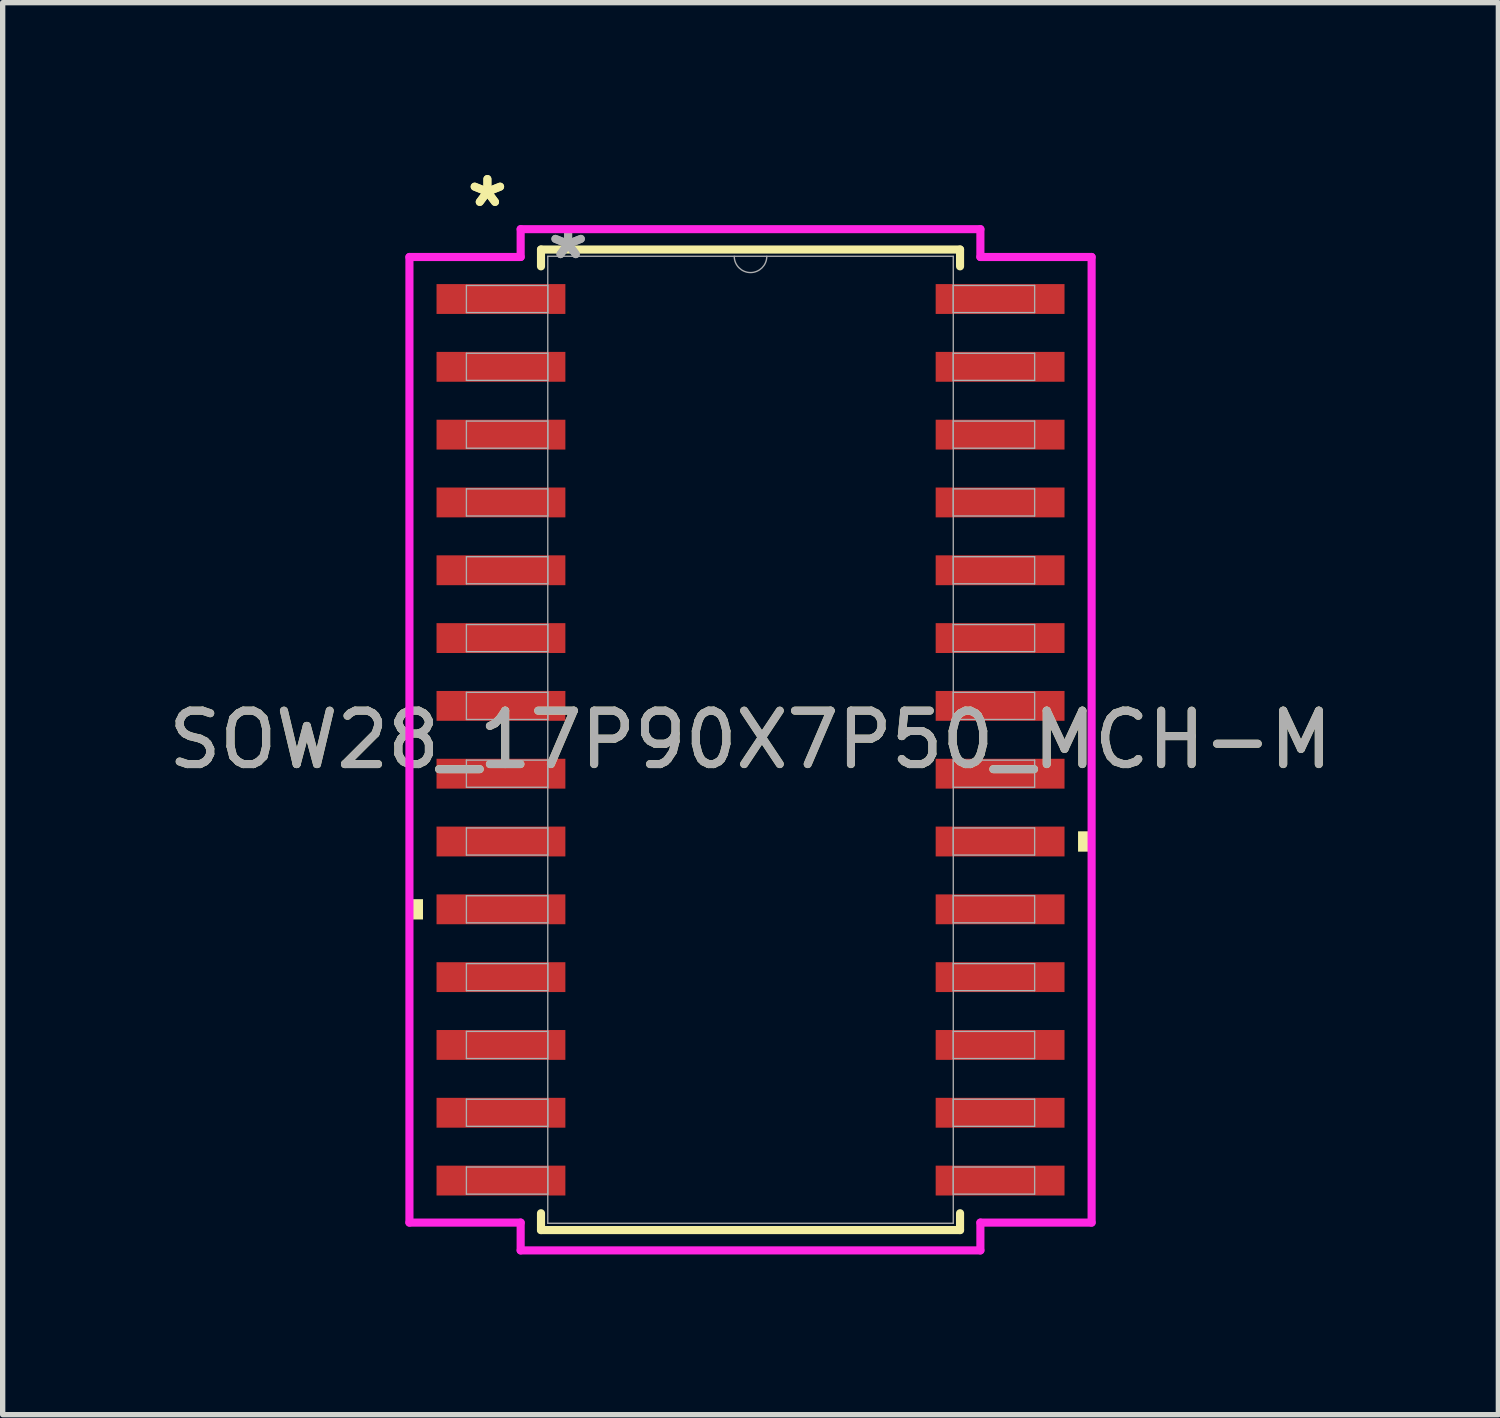
<source format=kicad_pcb>
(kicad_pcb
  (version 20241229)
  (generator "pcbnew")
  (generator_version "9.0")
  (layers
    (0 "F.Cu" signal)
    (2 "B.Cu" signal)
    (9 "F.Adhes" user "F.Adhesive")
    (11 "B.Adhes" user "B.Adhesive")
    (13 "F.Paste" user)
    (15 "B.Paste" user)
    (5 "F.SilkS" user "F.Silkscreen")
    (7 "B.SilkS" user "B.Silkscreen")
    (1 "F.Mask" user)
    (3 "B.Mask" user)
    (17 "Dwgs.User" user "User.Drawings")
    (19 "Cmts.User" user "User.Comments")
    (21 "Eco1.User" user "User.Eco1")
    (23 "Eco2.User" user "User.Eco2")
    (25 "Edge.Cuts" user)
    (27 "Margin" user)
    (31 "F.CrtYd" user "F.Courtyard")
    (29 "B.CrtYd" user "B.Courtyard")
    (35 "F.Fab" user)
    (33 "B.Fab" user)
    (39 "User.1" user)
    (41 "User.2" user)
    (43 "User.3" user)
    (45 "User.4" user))
  (footprint "SOW28_17P90X7P50_MCH-M"
    (layer "F.Cu")
    (at 11.006 10.805)
    (property "Reference" "SOW28_17P90X7P50_MCH-M" (at 0 0 0) (unlocked yes) (layer "F.SilkS") (effects (font (size 1 1) (thickness 0.15))))
    (attr smd)
    (fp_line (start -3.924 -9.182) (end -3.924 -8.867) (stroke (width 0.152) (type solid)) (layer "F.SilkS"))
    (fp_line (start -3.924 8.867) (end -3.924 9.182) (stroke (width 0.152) (type solid)) (layer "F.SilkS"))
    (fp_line (start -3.924 9.182) (end 3.924 9.182) (stroke (width 0.152) (type solid)) (layer "F.SilkS"))
    (fp_line (start 3.924 -9.182) (end -3.924 -9.182) (stroke (width 0.152) (type solid)) (layer "F.SilkS"))
    (fp_line (start 3.924 -8.867) (end 3.924 -9.182) (stroke (width 0.152) (type solid)) (layer "F.SilkS"))
    (fp_line (start 3.924 9.182) (end 3.924 8.867) (stroke (width 0.152) (type solid)) (layer "F.SilkS"))
    (fp_poly (pts (xy -6.388 2.985) (xy -6.388 3.365) (xy -6.134 3.365) (xy -6.134 2.985)) (stroke (width 0) (type solid)) (fill yes) (layer "F.SilkS"))
    (fp_poly (pts (xy 6.388 1.714) (xy 6.388 2.095) (xy 6.134 2.095) (xy 6.134 1.714)) (stroke (width 0) (type solid)) (fill yes) (layer "F.SilkS"))
    (fp_line (start -6.388 -9.042) (end -4.305 -9.042) (stroke (width 0.152) (type solid)) (layer "F.CrtYd"))
    (fp_line (start -6.388 9.042) (end -6.388 -9.042) (stroke (width 0.152) (type solid)) (layer "F.CrtYd"))
    (fp_line (start -6.388 9.042) (end -4.305 9.042) (stroke (width 0.152) (type solid)) (layer "F.CrtYd"))
    (fp_line (start -4.305 -9.563) (end 4.305 -9.563) (stroke (width 0.152) (type solid)) (layer "F.CrtYd"))
    (fp_line (start -4.305 -9.042) (end -4.305 -9.563) (stroke (width 0.152) (type solid)) (layer "F.CrtYd"))
    (fp_line (start -4.305 9.563) (end -4.305 9.042) (stroke (width 0.152) (type solid)) (layer "F.CrtYd"))
    (fp_line (start 4.305 -9.563) (end 4.305 -9.042) (stroke (width 0.152) (type solid)) (layer "F.CrtYd"))
    (fp_line (start 4.305 9.042) (end 4.305 9.563) (stroke (width 0.152) (type solid)) (layer "F.CrtYd"))
    (fp_line (start 4.305 9.563) (end -4.305 9.563) (stroke (width 0.152) (type solid)) (layer "F.CrtYd"))
    (fp_line (start 6.388 -9.042) (end 4.305 -9.042) (stroke (width 0.152) (type solid)) (layer "F.CrtYd"))
    (fp_line (start 6.388 -9.042) (end 6.388 9.042) (stroke (width 0.152) (type solid)) (layer "F.CrtYd"))
    (fp_line (start 6.388 9.042) (end 4.305 9.042) (stroke (width 0.152) (type solid)) (layer "F.CrtYd"))
    (fp_line (start -5.321 -8.509) (end -5.321 -8.001) (stroke (width 0.025) (type solid)) (layer "F.Fab"))
    (fp_line (start -5.321 -8.001) (end -3.797 -8.001) (stroke (width 0.025) (type solid)) (layer "F.Fab"))
    (fp_line (start -5.321 -7.239) (end -5.321 -6.731) (stroke (width 0.025) (type solid)) (layer "F.Fab"))
    (fp_line (start -5.321 -6.731) (end -3.797 -6.731) (stroke (width 0.025) (type solid)) (layer "F.Fab"))
    (fp_line (start -5.321 -5.969) (end -5.321 -5.461) (stroke (width 0.025) (type solid)) (layer "F.Fab"))
    (fp_line (start -5.321 -5.461) (end -3.797 -5.461) (stroke (width 0.025) (type solid)) (layer "F.Fab"))
    (fp_line (start -5.321 -4.699) (end -5.321 -4.191) (stroke (width 0.025) (type solid)) (layer "F.Fab"))
    (fp_line (start -5.321 -4.191) (end -3.797 -4.191) (stroke (width 0.025) (type solid)) (layer "F.Fab"))
    (fp_line (start -5.321 -3.429) (end -5.321 -2.921) (stroke (width 0.025) (type solid)) (layer "F.Fab"))
    (fp_line (start -5.321 -2.921) (end -3.797 -2.921) (stroke (width 0.025) (type solid)) (layer "F.Fab"))
    (fp_line (start -5.321 -2.159) (end -5.321 -1.651) (stroke (width 0.025) (type solid)) (layer "F.Fab"))
    (fp_line (start -5.321 -1.651) (end -3.797 -1.651) (stroke (width 0.025) (type solid)) (layer "F.Fab"))
    (fp_line (start -5.321 -0.889) (end -5.321 -0.381) (stroke (width 0.025) (type solid)) (layer "F.Fab"))
    (fp_line (start -5.321 -0.381) (end -3.797 -0.381) (stroke (width 0.025) (type solid)) (layer "F.Fab"))
    (fp_line (start -5.321 0.381) (end -5.321 0.889) (stroke (width 0.025) (type solid)) (layer "F.Fab"))
    (fp_line (start -5.321 0.889) (end -3.797 0.889) (stroke (width 0.025) (type solid)) (layer "F.Fab"))
    (fp_line (start -5.321 1.651) (end -5.321 2.159) (stroke (width 0.025) (type solid)) (layer "F.Fab"))
    (fp_line (start -5.321 2.159) (end -3.797 2.159) (stroke (width 0.025) (type solid)) (layer "F.Fab"))
    (fp_line (start -5.321 2.921) (end -5.321 3.429) (stroke (width 0.025) (type solid)) (layer "F.Fab"))
    (fp_line (start -5.321 3.429) (end -3.797 3.429) (stroke (width 0.025) (type solid)) (layer "F.Fab"))
    (fp_line (start -5.321 4.191) (end -5.321 4.699) (stroke (width 0.025) (type solid)) (layer "F.Fab"))
    (fp_line (start -5.321 4.699) (end -3.797 4.699) (stroke (width 0.025) (type solid)) (layer "F.Fab"))
    (fp_line (start -5.321 5.461) (end -5.321 5.969) (stroke (width 0.025) (type solid)) (layer "F.Fab"))
    (fp_line (start -5.321 5.969) (end -3.797 5.969) (stroke (width 0.025) (type solid)) (layer "F.Fab"))
    (fp_line (start -5.321 6.731) (end -5.321 7.239) (stroke (width 0.025) (type solid)) (layer "F.Fab"))
    (fp_line (start -5.321 7.239) (end -3.797 7.239) (stroke (width 0.025) (type solid)) (layer "F.Fab"))
    (fp_line (start -5.321 8.001) (end -5.321 8.509) (stroke (width 0.025) (type solid)) (layer "F.Fab"))
    (fp_line (start -5.321 8.509) (end -3.797 8.509) (stroke (width 0.025) (type solid)) (layer "F.Fab"))
    (fp_line (start -3.797 -9.055) (end -3.797 9.055) (stroke (width 0.025) (type solid)) (layer "F.Fab"))
    (fp_line (start -3.797 -8.509) (end -5.321 -8.509) (stroke (width 0.025) (type solid)) (layer "F.Fab"))
    (fp_line (start -3.797 -8.001) (end -3.797 -8.509) (stroke (width 0.025) (type solid)) (layer "F.Fab"))
    (fp_line (start -3.797 -7.239) (end -5.321 -7.239) (stroke (width 0.025) (type solid)) (layer "F.Fab"))
    (fp_line (start -3.797 -6.731) (end -3.797 -7.239) (stroke (width 0.025) (type solid)) (layer "F.Fab"))
    (fp_line (start -3.797 -5.969) (end -5.321 -5.969) (stroke (width 0.025) (type solid)) (layer "F.Fab"))
    (fp_line (start -3.797 -5.461) (end -3.797 -5.969) (stroke (width 0.025) (type solid)) (layer "F.Fab"))
    (fp_line (start -3.797 -4.699) (end -5.321 -4.699) (stroke (width 0.025) (type solid)) (layer "F.Fab"))
    (fp_line (start -3.797 -4.191) (end -3.797 -4.699) (stroke (width 0.025) (type solid)) (layer "F.Fab"))
    (fp_line (start -3.797 -3.429) (end -5.321 -3.429) (stroke (width 0.025) (type solid)) (layer "F.Fab"))
    (fp_line (start -3.797 -2.921) (end -3.797 -3.429) (stroke (width 0.025) (type solid)) (layer "F.Fab"))
    (fp_line (start -3.797 -2.159) (end -5.321 -2.159) (stroke (width 0.025) (type solid)) (layer "F.Fab"))
    (fp_line (start -3.797 -1.651) (end -3.797 -2.159) (stroke (width 0.025) (type solid)) (layer "F.Fab"))
    (fp_line (start -3.797 -0.889) (end -5.321 -0.889) (stroke (width 0.025) (type solid)) (layer "F.Fab"))
    (fp_line (start -3.797 -0.381) (end -3.797 -0.889) (stroke (width 0.025) (type solid)) (layer "F.Fab"))
    (fp_line (start -3.797 0.381) (end -5.321 0.381) (stroke (width 0.025) (type solid)) (layer "F.Fab"))
    (fp_line (start -3.797 0.889) (end -3.797 0.381) (stroke (width 0.025) (type solid)) (layer "F.Fab"))
    (fp_line (start -3.797 1.651) (end -5.321 1.651) (stroke (width 0.025) (type solid)) (layer "F.Fab"))
    (fp_line (start -3.797 2.159) (end -3.797 1.651) (stroke (width 0.025) (type solid)) (layer "F.Fab"))
    (fp_line (start -3.797 2.921) (end -5.321 2.921) (stroke (width 0.025) (type solid)) (layer "F.Fab"))
    (fp_line (start -3.797 3.429) (end -3.797 2.921) (stroke (width 0.025) (type solid)) (layer "F.Fab"))
    (fp_line (start -3.797 4.191) (end -5.321 4.191) (stroke (width 0.025) (type solid)) (layer "F.Fab"))
    (fp_line (start -3.797 4.699) (end -3.797 4.191) (stroke (width 0.025) (type solid)) (layer "F.Fab"))
    (fp_line (start -3.797 5.461) (end -5.321 5.461) (stroke (width 0.025) (type solid)) (layer "F.Fab"))
    (fp_line (start -3.797 5.969) (end -3.797 5.461) (stroke (width 0.025) (type solid)) (layer "F.Fab"))
    (fp_line (start -3.797 6.731) (end -5.321 6.731) (stroke (width 0.025) (type solid)) (layer "F.Fab"))
    (fp_line (start -3.797 7.239) (end -3.797 6.731) (stroke (width 0.025) (type solid)) (layer "F.Fab"))
    (fp_line (start -3.797 8.001) (end -5.321 8.001) (stroke (width 0.025) (type solid)) (layer "F.Fab"))
    (fp_line (start -3.797 8.509) (end -3.797 8.001) (stroke (width 0.025) (type solid)) (layer "F.Fab"))
    (fp_line (start -3.797 9.055) (end 3.797 9.055) (stroke (width 0.025) (type solid)) (layer "F.Fab"))
    (fp_line (start 3.797 -9.055) (end -3.797 -9.055) (stroke (width 0.025) (type solid)) (layer "F.Fab"))
    (fp_line (start 3.797 -8.509) (end 3.797 -8.001) (stroke (width 0.025) (type solid)) (layer "F.Fab"))
    (fp_line (start 3.797 -8.001) (end 5.321 -8.001) (stroke (width 0.025) (type solid)) (layer "F.Fab"))
    (fp_line (start 3.797 -7.239) (end 3.797 -6.731) (stroke (width 0.025) (type solid)) (layer "F.Fab"))
    (fp_line (start 3.797 -6.731) (end 5.321 -6.731) (stroke (width 0.025) (type solid)) (layer "F.Fab"))
    (fp_line (start 3.797 -5.969) (end 3.797 -5.461) (stroke (width 0.025) (type solid)) (layer "F.Fab"))
    (fp_line (start 3.797 -5.461) (end 5.321 -5.461) (stroke (width 0.025) (type solid)) (layer "F.Fab"))
    (fp_line (start 3.797 -4.699) (end 3.797 -4.191) (stroke (width 0.025) (type solid)) (layer "F.Fab"))
    (fp_line (start 3.797 -4.191) (end 5.321 -4.191) (stroke (width 0.025) (type solid)) (layer "F.Fab"))
    (fp_line (start 3.797 -3.429) (end 3.797 -2.921) (stroke (width 0.025) (type solid)) (layer "F.Fab"))
    (fp_line (start 3.797 -2.921) (end 5.321 -2.921) (stroke (width 0.025) (type solid)) (layer "F.Fab"))
    (fp_line (start 3.797 -2.159) (end 3.797 -1.651) (stroke (width 0.025) (type solid)) (layer "F.Fab"))
    (fp_line (start 3.797 -1.651) (end 5.321 -1.651) (stroke (width 0.025) (type solid)) (layer "F.Fab"))
    (fp_line (start 3.797 -0.889) (end 3.797 -0.381) (stroke (width 0.025) (type solid)) (layer "F.Fab"))
    (fp_line (start 3.797 -0.381) (end 5.321 -0.381) (stroke (width 0.025) (type solid)) (layer "F.Fab"))
    (fp_line (start 3.797 0.381) (end 3.797 0.889) (stroke (width 0.025) (type solid)) (layer "F.Fab"))
    (fp_line (start 3.797 0.889) (end 5.321 0.889) (stroke (width 0.025) (type solid)) (layer "F.Fab"))
    (fp_line (start 3.797 1.651) (end 3.797 2.159) (stroke (width 0.025) (type solid)) (layer "F.Fab"))
    (fp_line (start 3.797 2.159) (end 5.321 2.159) (stroke (width 0.025) (type solid)) (layer "F.Fab"))
    (fp_line (start 3.797 2.921) (end 3.797 3.429) (stroke (width 0.025) (type solid)) (layer "F.Fab"))
    (fp_line (start 3.797 3.429) (end 5.321 3.429) (stroke (width 0.025) (type solid)) (layer "F.Fab"))
    (fp_line (start 3.797 4.191) (end 3.797 4.699) (stroke (width 0.025) (type solid)) (layer "F.Fab"))
    (fp_line (start 3.797 4.699) (end 5.321 4.699) (stroke (width 0.025) (type solid)) (layer "F.Fab"))
    (fp_line (start 3.797 5.461) (end 3.797 5.969) (stroke (width 0.025) (type solid)) (layer "F.Fab"))
    (fp_line (start 3.797 5.969) (end 5.321 5.969) (stroke (width 0.025) (type solid)) (layer "F.Fab"))
    (fp_line (start 3.797 6.731) (end 3.797 7.239) (stroke (width 0.025) (type solid)) (layer "F.Fab"))
    (fp_line (start 3.797 7.239) (end 5.321 7.239) (stroke (width 0.025) (type solid)) (layer "F.Fab"))
    (fp_line (start 3.797 8.001) (end 3.797 8.509) (stroke (width 0.025) (type solid)) (layer "F.Fab"))
    (fp_line (start 3.797 8.509) (end 5.321 8.509) (stroke (width 0.025) (type solid)) (layer "F.Fab"))
    (fp_line (start 3.797 9.055) (end 3.797 -9.055) (stroke (width 0.025) (type solid)) (layer "F.Fab"))
    (fp_line (start 5.321 -8.509) (end 3.797 -8.509) (stroke (width 0.025) (type solid)) (layer "F.Fab"))
    (fp_line (start 5.321 -8.001) (end 5.321 -8.509) (stroke (width 0.025) (type solid)) (layer "F.Fab"))
    (fp_line (start 5.321 -7.239) (end 3.797 -7.239) (stroke (width 0.025) (type solid)) (layer "F.Fab"))
    (fp_line (start 5.321 -6.731) (end 5.321 -7.239) (stroke (width 0.025) (type solid)) (layer "F.Fab"))
    (fp_line (start 5.321 -5.969) (end 3.797 -5.969) (stroke (width 0.025) (type solid)) (layer "F.Fab"))
    (fp_line (start 5.321 -5.461) (end 5.321 -5.969) (stroke (width 0.025) (type solid)) (layer "F.Fab"))
    (fp_line (start 5.321 -4.699) (end 3.797 -4.699) (stroke (width 0.025) (type solid)) (layer "F.Fab"))
    (fp_line (start 5.321 -4.191) (end 5.321 -4.699) (stroke (width 0.025) (type solid)) (layer "F.Fab"))
    (fp_line (start 5.321 -3.429) (end 3.797 -3.429) (stroke (width 0.025) (type solid)) (layer "F.Fab"))
    (fp_line (start 5.321 -2.921) (end 5.321 -3.429) (stroke (width 0.025) (type solid)) (layer "F.Fab"))
    (fp_line (start 5.321 -2.159) (end 3.797 -2.159) (stroke (width 0.025) (type solid)) (layer "F.Fab"))
    (fp_line (start 5.321 -1.651) (end 5.321 -2.159) (stroke (width 0.025) (type solid)) (layer "F.Fab"))
    (fp_line (start 5.321 -0.889) (end 3.797 -0.889) (stroke (width 0.025) (type solid)) (layer "F.Fab"))
    (fp_line (start 5.321 -0.381) (end 5.321 -0.889) (stroke (width 0.025) (type solid)) (layer "F.Fab"))
    (fp_line (start 5.321 0.381) (end 3.797 0.381) (stroke (width 0.025) (type solid)) (layer "F.Fab"))
    (fp_line (start 5.321 0.889) (end 5.321 0.381) (stroke (width 0.025) (type solid)) (layer "F.Fab"))
    (fp_line (start 5.321 1.651) (end 3.797 1.651) (stroke (width 0.025) (type solid)) (layer "F.Fab"))
    (fp_line (start 5.321 2.159) (end 5.321 1.651) (stroke (width 0.025) (type solid)) (layer "F.Fab"))
    (fp_line (start 5.321 2.921) (end 3.797 2.921) (stroke (width 0.025) (type solid)) (layer "F.Fab"))
    (fp_line (start 5.321 3.429) (end 5.321 2.921) (stroke (width 0.025) (type solid)) (layer "F.Fab"))
    (fp_line (start 5.321 4.191) (end 3.797 4.191) (stroke (width 0.025) (type solid)) (layer "F.Fab"))
    (fp_line (start 5.321 4.699) (end 5.321 4.191) (stroke (width 0.025) (type solid)) (layer "F.Fab"))
    (fp_line (start 5.321 5.461) (end 3.797 5.461) (stroke (width 0.025) (type solid)) (layer "F.Fab"))
    (fp_line (start 5.321 5.969) (end 5.321 5.461) (stroke (width 0.025) (type solid)) (layer "F.Fab"))
    (fp_line (start 5.321 6.731) (end 3.797 6.731) (stroke (width 0.025) (type solid)) (layer "F.Fab"))
    (fp_line (start 5.321 7.239) (end 5.321 6.731) (stroke (width 0.025) (type solid)) (layer "F.Fab"))
    (fp_line (start 5.321 8.001) (end 3.797 8.001) (stroke (width 0.025) (type solid)) (layer "F.Fab"))
    (fp_line (start 5.321 8.509) (end 5.321 8.001) (stroke (width 0.025) (type solid)) (layer "F.Fab"))
    (fp_arc (start 0.3048 -9.0551) (mid 0 -8.7503) (end -0.3048 -9.0551) (stroke (width 0.0254) (type solid)) (layer "F.Fab"))
    (fp_text user "*" (at -4.928 -9.957 0) (layer "F.SilkS") (effects (font (size 1 1) (thickness 0.15))))
    (fp_text user "*" (at -4.928 -9.957 0) (unlocked yes) (layer "F.SilkS") (effects (font (size 1 1) (thickness 0.15))))
    (fp_text user "${REFERENCE}" (at 0 0 0) (unlocked yes) (layer "F.Fab") (effects (font (size 1 1) (thickness 0.15))))
    (fp_text user "*" (at -3.416 -8.979 0) (layer "F.Fab") (effects (font (size 1 1) (thickness 0.15))))
    (fp_text user "*" (at -3.416 -8.979 0) (unlocked yes) (layer "F.Fab") (effects (font (size 1 1) (thickness 0.15))))
    (pad "1" smd rect (at -4.674 -8.255) (size 2.413 0.559) (layers "F.Cu" "F.Mask" "F.Paste"))
    (pad "2" smd rect (at -4.674 -6.985) (size 2.413 0.559) (layers "F.Cu" "F.Mask" "F.Paste"))
    (pad "3" smd rect (at -4.674 -5.715) (size 2.413 0.559) (layers "F.Cu" "F.Mask" "F.Paste"))
    (pad "4" smd rect (at -4.674 -4.445) (size 2.413 0.559) (layers "F.Cu" "F.Mask" "F.Paste"))
    (pad "5" smd rect (at -4.674 -3.175) (size 2.413 0.559) (layers "F.Cu" "F.Mask" "F.Paste"))
    (pad "6" smd rect (at -4.674 -1.905) (size 2.413 0.559) (layers "F.Cu" "F.Mask" "F.Paste"))
    (pad "7" smd rect (at -4.674 -0.635) (size 2.413 0.559) (layers "F.Cu" "F.Mask" "F.Paste"))
    (pad "8" smd rect (at -4.674 0.635) (size 2.413 0.559) (layers "F.Cu" "F.Mask" "F.Paste"))
    (pad "9" smd rect (at -4.674 1.905) (size 2.413 0.559) (layers "F.Cu" "F.Mask" "F.Paste"))
    (pad "10" smd rect (at -4.674 3.175) (size 2.413 0.559) (layers "F.Cu" "F.Mask" "F.Paste"))
    (pad "11" smd rect (at -4.674 4.445) (size 2.413 0.559) (layers "F.Cu" "F.Mask" "F.Paste"))
    (pad "12" smd rect (at -4.674 5.715) (size 2.413 0.559) (layers "F.Cu" "F.Mask" "F.Paste"))
    (pad "13" smd rect (at -4.674 6.985) (size 2.413 0.559) (layers "F.Cu" "F.Mask" "F.Paste"))
    (pad "14" smd rect (at -4.674 8.255) (size 2.413 0.559) (layers "F.Cu" "F.Mask" "F.Paste"))
    (pad "15" smd rect (at 4.674 8.255) (size 2.413 0.559) (layers "F.Cu" "F.Mask" "F.Paste"))
    (pad "16" smd rect (at 4.674 6.985) (size 2.413 0.559) (layers "F.Cu" "F.Mask" "F.Paste"))
    (pad "17" smd rect (at 4.674 5.715) (size 2.413 0.559) (layers "F.Cu" "F.Mask" "F.Paste"))
    (pad "18" smd rect (at 4.674 4.445) (size 2.413 0.559) (layers "F.Cu" "F.Mask" "F.Paste"))
    (pad "19" smd rect (at 4.674 3.175) (size 2.413 0.559) (layers "F.Cu" "F.Mask" "F.Paste"))
    (pad "20" smd rect (at 4.674 1.905) (size 2.413 0.559) (layers "F.Cu" "F.Mask" "F.Paste"))
    (pad "21" smd rect (at 4.674 0.635) (size 2.413 0.559) (layers "F.Cu" "F.Mask" "F.Paste"))
    (pad "22" smd rect (at 4.674 -0.635) (size 2.413 0.559) (layers "F.Cu" "F.Mask" "F.Paste"))
    (pad "23" smd rect (at 4.674 -1.905) (size 2.413 0.559) (layers "F.Cu" "F.Mask" "F.Paste"))
    (pad "24" smd rect (at 4.674 -3.175) (size 2.413 0.559) (layers "F.Cu" "F.Mask" "F.Paste"))
    (pad "25" smd rect (at 4.674 -4.445) (size 2.413 0.559) (layers "F.Cu" "F.Mask" "F.Paste"))
    (pad "26" smd rect (at 4.674 -5.715) (size 2.413 0.559) (layers "F.Cu" "F.Mask" "F.Paste"))
    (pad "27" smd rect (at 4.674 -6.985) (size 2.413 0.559) (layers "F.Cu" "F.Mask" "F.Paste"))
    (pad "28" smd rect (at 4.674 -8.255) (size 2.413 0.559) (layers "F.Cu" "F.Mask" "F.Paste")))
  (gr_rect
    (start -3 -3)
    (end 25.012 23.444)
    (stroke (width 0.1) (type default))
    (fill no)
    (layer "Edge.Cuts")))
</source>
